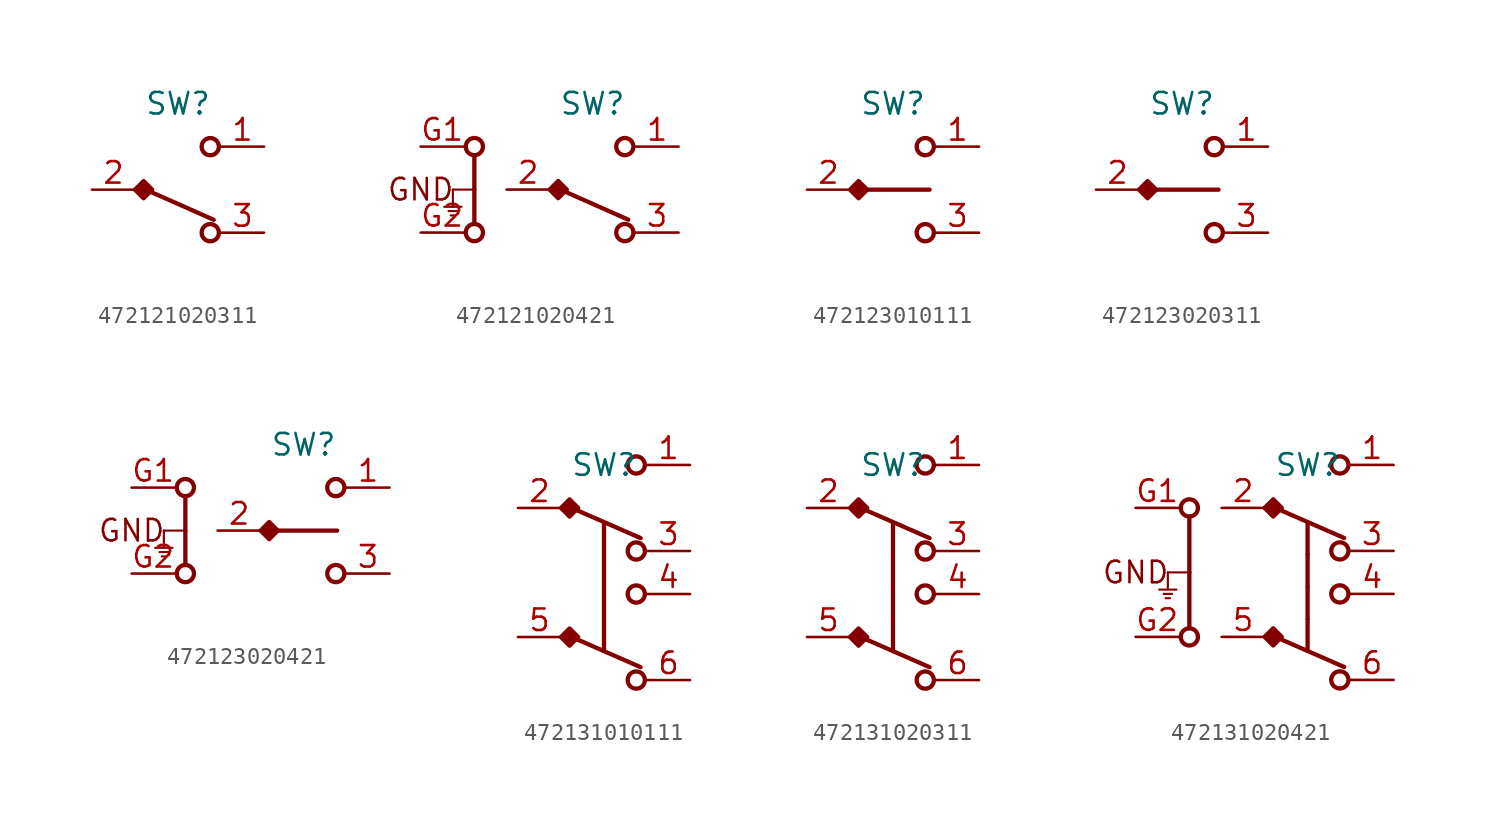
<source format=kicad_sym>
(kicad_symbol_lib
  (version 20220914)
  (generator kicad_symbol_editor)
  (symbol "472121020311"
    (pin_names hide)
    (property "Reference" "SW"
      (at 0 5.08 0)
      (effects (font (size 1.27 1.27))))
    (property "Critical Parameter" ""
      (at 0 -5.08 0)
      (effects (font (size 1.27 1.27))))
    (symbol "472121020311_0_0"
      (polyline (pts (xy -1.905 0) (xy 2.108 -1.778)) (stroke (width 0.254) (type default)) (fill (type none)))
      (polyline (pts (xy -2.032 -0.508) (xy -2.54 0) (xy -2.032 0.508) (xy -1.524 0) (xy -2.032 -0.508)) (stroke (width 0.254) (type default)) (fill (type outline)))
      (circle (center 1.905 -2.54) (radius 0.508) (stroke (width 0.254) (type default)) (fill (type none)))
      (circle (center 1.905 2.54) (radius 0.508) (stroke (width 0.254) (type default)) (fill (type none)))
      (pin passive line (at 5.08 2.54 180) (length 2.54) (name "1" (effects (font (size 1.27 1.27)))) (number "1" (effects (font (size 1.27 1.27)))))
      (pin passive line (at -5.08 0 0) (length 2.54) (name "2" (effects (font (size 1.27 1.27)))) (number "2" (effects (font (size 1.27 1.27)))))
      (pin passive line (at 5.08 -2.54 180) (length 2.54) (name "3" (effects (font (size 1.27 1.27)))) (number "3" (effects (font (size 1.27 1.27)))))))
  (symbol "472121020421"
    (pin_names hide)
    (property "Reference" "SW"
      (at 0 5.08 0)
      (effects (font (size 1.27 1.27))))
    (property "Critical Parameter" ""
      (at 0 -5.08 0)
      (effects (font (size 1.27 1.27))))
    (symbol "472121020421_0_0"
      (circle (center -6.985 -2.54) (radius 0.508) (stroke (width 0.254) (type default)) (fill (type none)))
      (circle (center -6.985 2.54) (radius 0.508) (stroke (width 0.254) (type default)) (fill (type none)))
      (polyline (pts (xy -8.763 -1.016) (xy -7.747 -1.016)) (stroke (width 0.127) (type default)) (fill (type none)))
      (polyline (pts (xy -8.509 -1.27) (xy -8.001 -1.27)) (stroke (width 0.127) (type default)) (fill (type none)))
      (polyline (pts (xy -8.382 -1.524) (xy -8.128 -1.524)) (stroke (width 0.127) (type default)) (fill (type none)))
      (polyline (pts (xy -8.255 0) (xy -8.255 -1.016)) (stroke (width 0.127) (type default)) (fill (type none)))
      (polyline (pts (xy -6.985 0) (xy -8.255 0)) (stroke (width 0.127) (type default)) (fill (type none)))
      (polyline (pts (xy -6.985 0) (xy -6.985 -2.032)) (stroke (width 0.254) (type default)) (fill (type none)))
      (polyline (pts (xy -6.985 2.032) (xy -6.985 0)) (stroke (width 0.254) (type default)) (fill (type none)))
      (polyline (pts (xy -1.905 0) (xy 2.108 -1.778)) (stroke (width 0.254) (type default)) (fill (type none)))
      (polyline (pts (xy -2.032 -0.508) (xy -2.54 0) (xy -2.032 0.508) (xy -1.524 0) (xy -2.032 -0.508)) (stroke (width 0.254) (type default)) (fill (type outline)))
      (circle (center 1.905 -2.54) (radius 0.508) (stroke (width 0.254) (type default)) (fill (type none)))
      (circle (center 1.905 2.54) (radius 0.508) (stroke (width 0.254) (type default)) (fill (type none)))
      (pin passive line (at 5.08 2.54 180) (length 2.54) (name "1" (effects (font (size 1.27 1.27)))) (number "1" (effects (font (size 1.27 1.27)))))
      (pin passive line (at -5.08 0 0) (length 2.54) (name "2" (effects (font (size 1.27 1.27)))) (number "2" (effects (font (size 1.27 1.27)))))
      (pin passive line (at 5.08 -2.54 180) (length 2.54) (name "3" (effects (font (size 1.27 1.27)))) (number "3" (effects (font (size 1.27 1.27)))))
      (pin passive line (at -10.16 2.54 0) (length 2.54) (name "G1" (effects (font (size 1.27 1.27)))) (number "G1" (effects (font (size 1.27 1.27)))))
      (pin passive line (at -10.16 -2.54 0) (length 2.54) (name "G2" (effects (font (size 1.27 1.27)))) (number "G2" (effects (font (size 1.27 1.27))))))
    (symbol "472121020421_1_0"
      (text "GND" (at -10.16 0 0) (effects (font (size 1.27 1.27))))))
  (symbol "472123010111"
    (pin_names hide)
    (property "Reference" "SW"
      (at 0 5.08 0)
      (effects (font (size 1.27 1.27))))
    (property "Critical Parameter" ""
      (at 0 -5.08 0)
      (effects (font (size 1.27 1.27))))
    (symbol "472123010111_0_0"
      (polyline (pts (xy -1.905 0) (xy 2.159 0)) (stroke (width 0.254) (type default)) (fill (type none)))
      (polyline (pts (xy -2.032 -0.508) (xy -2.54 0) (xy -2.032 0.508) (xy -1.524 0) (xy -2.032 -0.508)) (stroke (width 0.254) (type default)) (fill (type outline)))
      (circle (center 1.905 -2.54) (radius 0.508) (stroke (width 0.254) (type default)) (fill (type none)))
      (circle (center 1.905 2.54) (radius 0.508) (stroke (width 0.254) (type default)) (fill (type none)))
      (pin passive line (at 5.08 2.54 180) (length 2.54) (name "1" (effects (font (size 1.27 1.27)))) (number "1" (effects (font (size 1.27 1.27)))))
      (pin passive line (at -5.08 0 0) (length 2.54) (name "2" (effects (font (size 1.27 1.27)))) (number "2" (effects (font (size 1.27 1.27)))))
      (pin passive line (at 5.08 -2.54 180) (length 2.54) (name "3" (effects (font (size 1.27 1.27)))) (number "3" (effects (font (size 1.27 1.27)))))))
  (symbol "472123020311"
    (pin_names hide)
    (property "Reference" "SW"
      (at 0 5.08 0)
      (effects (font (size 1.27 1.27))))
    (property "Critical Parameter" ""
      (at 0 -5.08 0)
      (effects (font (size 1.27 1.27))))
    (symbol "472123020311_0_0"
      (polyline (pts (xy -1.905 0) (xy 2.159 0)) (stroke (width 0.254) (type default)) (fill (type none)))
      (polyline (pts (xy -2.032 -0.508) (xy -2.54 0) (xy -2.032 0.508) (xy -1.524 0) (xy -2.032 -0.508)) (stroke (width 0.254) (type default)) (fill (type outline)))
      (circle (center 1.905 -2.54) (radius 0.508) (stroke (width 0.254) (type default)) (fill (type none)))
      (circle (center 1.905 2.54) (radius 0.508) (stroke (width 0.254) (type default)) (fill (type none)))
      (pin passive line (at 5.08 2.54 180) (length 2.54) (name "1" (effects (font (size 1.27 1.27)))) (number "1" (effects (font (size 1.27 1.27)))))
      (pin passive line (at -5.08 0 0) (length 2.54) (name "2" (effects (font (size 1.27 1.27)))) (number "2" (effects (font (size 1.27 1.27)))))
      (pin passive line (at 5.08 -2.54 180) (length 2.54) (name "3" (effects (font (size 1.27 1.27)))) (number "3" (effects (font (size 1.27 1.27)))))))
  (symbol "472123020421"
    (pin_names hide)
    (property "Reference" "SW"
      (at 0 5.08 0)
      (effects (font (size 1.27 1.27))))
    (property "Critical Parameter" ""
      (at 0 -5.08 0)
      (effects (font (size 1.27 1.27))))
    (symbol "472123020421_0_0"
      (circle (center -6.985 -2.54) (radius 0.508) (stroke (width 0.254) (type default)) (fill (type none)))
      (circle (center -6.985 2.54) (radius 0.508) (stroke (width 0.254) (type default)) (fill (type none)))
      (polyline (pts (xy -8.763 -1.016) (xy -7.747 -1.016)) (stroke (width 0.127) (type default)) (fill (type none)))
      (polyline (pts (xy -8.509 -1.27) (xy -8.001 -1.27)) (stroke (width 0.127) (type default)) (fill (type none)))
      (polyline (pts (xy -8.382 -1.524) (xy -8.128 -1.524)) (stroke (width 0.127) (type default)) (fill (type none)))
      (polyline (pts (xy -8.255 0) (xy -8.255 -1.016)) (stroke (width 0.127) (type default)) (fill (type none)))
      (polyline (pts (xy -6.985 0) (xy -8.255 0)) (stroke (width 0.127) (type default)) (fill (type none)))
      (polyline (pts (xy -6.985 0) (xy -6.985 -2.032)) (stroke (width 0.254) (type default)) (fill (type none)))
      (polyline (pts (xy -6.985 2.032) (xy -6.985 0)) (stroke (width 0.254) (type default)) (fill (type none)))
      (polyline (pts (xy -1.905 0) (xy 1.981 0)) (stroke (width 0.254) (type default)) (fill (type none)))
      (polyline (pts (xy -2.032 -0.508) (xy -2.54 0) (xy -2.032 0.508) (xy -1.524 0) (xy -2.032 -0.508)) (stroke (width 0.254) (type default)) (fill (type outline)))
      (circle (center 1.905 -2.54) (radius 0.508) (stroke (width 0.254) (type default)) (fill (type none)))
      (circle (center 1.905 2.54) (radius 0.508) (stroke (width 0.254) (type default)) (fill (type none)))
      (pin passive line (at 5.08 2.54 180) (length 2.54) (name "1" (effects (font (size 1.27 1.27)))) (number "1" (effects (font (size 1.27 1.27)))))
      (pin passive line (at -5.08 0 0) (length 2.54) (name "2" (effects (font (size 1.27 1.27)))) (number "2" (effects (font (size 1.27 1.27)))))
      (pin passive line (at 5.08 -2.54 180) (length 2.54) (name "3" (effects (font (size 1.27 1.27)))) (number "3" (effects (font (size 1.27 1.27)))))
      (pin passive line (at -10.16 2.54 0) (length 2.54) (name "G1" (effects (font (size 1.27 1.27)))) (number "G1" (effects (font (size 1.27 1.27)))))
      (pin passive line (at -10.16 -2.54 0) (length 2.54) (name "G2" (effects (font (size 1.27 1.27)))) (number "G2" (effects (font (size 1.27 1.27))))))
    (symbol "472123020421_1_0"
      (text "GND" (at -10.16 0 0) (effects (font (size 1.27 1.27))))))
  (symbol "472131010111"
    (pin_names hide)
    (property "Reference" "SW"
      (at 0 5.08 0)
      (effects (font (size 1.27 1.27))))
    (property "Critical Parameter" ""
      (at 0 -5.08 0)
      (effects (font (size 1.27 1.27))))
    (symbol "472131010111_0_1"
      (polyline (pts (xy -1.905 -5.08) (xy 2.159 -6.858)) (stroke (width 0.254) (type default)) (fill (type none)))
      (polyline (pts (xy -1.905 2.54) (xy 2.159 0.762)) (stroke (width 0.254) (type default)) (fill (type none)))
      (polyline (pts (xy 0 -4.039) (xy 0 -5.842)) (stroke (width 0.254) (type default)) (fill (type none)))
      (polyline (pts (xy 0 -2.134) (xy 0 -4.005)) (stroke (width 0.254) (type default)) (fill (type none)))
      (polyline (pts (xy 0 -0.229) (xy 0 -2.1)) (stroke (width 0.254) (type default)) (fill (type none)))
      (polyline (pts (xy 0 1.676) (xy 0 -0.195)) (stroke (width 0.254) (type default)) (fill (type none)))
      (polyline (pts (xy -2.032 -5.588) (xy -2.54 -5.08) (xy -2.032 -4.572) (xy -1.524 -5.08) (xy -2.032 -5.588)) (stroke (width 0.254) (type default)) (fill (type outline)))
      (polyline (pts (xy -2.032 2.032) (xy -2.54 2.54) (xy -2.032 3.048) (xy -1.524 2.54) (xy -2.032 2.032)) (stroke (width 0.254) (type default)) (fill (type outline)))
      (circle (center 1.905 -7.62) (radius 0.508) (stroke (width 0.254) (type default)) (fill (type none)))
      (circle (center 1.905 -2.54) (radius 0.508) (stroke (width 0.254) (type default)) (fill (type none)))
      (circle (center 1.905 0) (radius 0.508) (stroke (width 0.254) (type default)) (fill (type none)))
      (circle (center 1.905 5.08) (radius 0.508) (stroke (width 0.254) (type default)) (fill (type none)))
      (pin passive line (at 5.08 5.08 180) (length 2.54) (name "1" (effects (font (size 1.27 1.27)))) (number "1" (effects (font (size 1.27 1.27)))))
      (pin passive line (at -5.08 2.54 0) (length 2.54) (name "2" (effects (font (size 1.27 1.27)))) (number "2" (effects (font (size 1.27 1.27)))))
      (pin passive line (at 5.08 0 180) (length 2.54) (name "3" (effects (font (size 1.27 1.27)))) (number "3" (effects (font (size 1.27 1.27)))))
      (pin passive line (at 5.08 -2.54 180) (length 2.54) (name "4" (effects (font (size 1.27 1.27)))) (number "4" (effects (font (size 1.27 1.27)))))
      (pin passive line (at -5.08 -5.08 0) (length 2.54) (name "5" (effects (font (size 1.27 1.27)))) (number "5" (effects (font (size 1.27 1.27)))))
      (pin passive line (at 5.08 -7.62 180) (length 2.54) (name "6" (effects (font (size 1.27 1.27)))) (number "6" (effects (font (size 1.27 1.27)))))))
  (symbol "472131020311"
    (pin_names hide)
    (property "Reference" "SW"
      (at 0 5.08 0)
      (effects (font (size 1.27 1.27))))
    (property "Critical Parameter" ""
      (at 0 -5.08 0)
      (effects (font (size 1.27 1.27))))
    (symbol "472131020311_0_1"
      (polyline (pts (xy -1.905 -5.08) (xy 2.159 -6.858)) (stroke (width 0.254) (type default)) (fill (type none)))
      (polyline (pts (xy -1.905 2.54) (xy 2.159 0.762)) (stroke (width 0.254) (type default)) (fill (type none)))
      (polyline (pts (xy 0 -4.039) (xy 0 -5.842)) (stroke (width 0.254) (type default)) (fill (type none)))
      (polyline (pts (xy 0 -2.134) (xy 0 -4.005)) (stroke (width 0.254) (type default)) (fill (type none)))
      (polyline (pts (xy 0 -0.229) (xy 0 -2.1)) (stroke (width 0.254) (type default)) (fill (type none)))
      (polyline (pts (xy 0 1.676) (xy 0 -0.195)) (stroke (width 0.254) (type default)) (fill (type none)))
      (polyline (pts (xy -2.032 -5.588) (xy -2.54 -5.08) (xy -2.032 -4.572) (xy -1.524 -5.08) (xy -2.032 -5.588)) (stroke (width 0.254) (type default)) (fill (type outline)))
      (polyline (pts (xy -2.032 2.032) (xy -2.54 2.54) (xy -2.032 3.048) (xy -1.524 2.54) (xy -2.032 2.032)) (stroke (width 0.254) (type default)) (fill (type outline)))
      (circle (center 1.905 -7.62) (radius 0.508) (stroke (width 0.254) (type default)) (fill (type none)))
      (circle (center 1.905 -2.54) (radius 0.508) (stroke (width 0.254) (type default)) (fill (type none)))
      (circle (center 1.905 0) (radius 0.508) (stroke (width 0.254) (type default)) (fill (type none)))
      (circle (center 1.905 5.08) (radius 0.508) (stroke (width 0.254) (type default)) (fill (type none)))
      (pin passive line (at 5.08 5.08 180) (length 2.54) (name "1" (effects (font (size 1.27 1.27)))) (number "1" (effects (font (size 1.27 1.27)))))
      (pin passive line (at -5.08 2.54 0) (length 2.54) (name "2" (effects (font (size 1.27 1.27)))) (number "2" (effects (font (size 1.27 1.27)))))
      (pin passive line (at 5.08 0 180) (length 2.54) (name "3" (effects (font (size 1.27 1.27)))) (number "3" (effects (font (size 1.27 1.27)))))
      (pin passive line (at 5.08 -2.54 180) (length 2.54) (name "4" (effects (font (size 1.27 1.27)))) (number "4" (effects (font (size 1.27 1.27)))))
      (pin passive line (at -5.08 -5.08 0) (length 2.54) (name "5" (effects (font (size 1.27 1.27)))) (number "5" (effects (font (size 1.27 1.27)))))
      (pin passive line (at 5.08 -7.62 180) (length 2.54) (name "6" (effects (font (size 1.27 1.27)))) (number "6" (effects (font (size 1.27 1.27)))))))
  (symbol "472131020421"
    (pin_names hide)
    (property "Reference" "SW"
      (at 0 5.08 0)
      (effects (font (size 1.27 1.27))))
    (property "Critical Parameter" ""
      (at 0 -5.08 0)
      (effects (font (size 1.27 1.27))))
    (symbol "472131020421_0_0"
      (circle (center -6.985 -5.08) (radius 0.508) (stroke (width 0.254) (type default)) (fill (type none)))
      (circle (center -6.985 2.54) (radius 0.508) (stroke (width 0.254) (type default)) (fill (type none)))
      (polyline (pts (xy -8.763 -2.286) (xy -7.747 -2.286)) (stroke (width 0.127) (type default)) (fill (type none)))
      (polyline (pts (xy -8.509 -2.54) (xy -8.001 -2.54)) (stroke (width 0.127) (type default)) (fill (type none)))
      (polyline (pts (xy -8.382 -2.794) (xy -8.128 -2.794)) (stroke (width 0.127) (type default)) (fill (type none)))
      (polyline (pts (xy -8.255 -1.27) (xy -8.255 -2.286)) (stroke (width 0.127) (type default)) (fill (type none)))
      (polyline (pts (xy -6.985 -1.27) (xy -8.255 -1.27)) (stroke (width 0.127) (type default)) (fill (type none)))
      (polyline (pts (xy -6.985 -1.27) (xy -6.985 -4.572)) (stroke (width 0.254) (type default)) (fill (type none)))
      (polyline (pts (xy -6.985 2.032) (xy -6.985 -1.27)) (stroke (width 0.254) (type default)) (fill (type none)))
      (polyline (pts (xy -1.905 -5.08) (xy 2.159 -6.858)) (stroke (width 0.254) (type default)) (fill (type none)))
      (polyline (pts (xy -1.905 2.54) (xy 2.159 0.762)) (stroke (width 0.254) (type default)) (fill (type none)))
      (polyline (pts (xy 0 -4.039) (xy 0 -5.842)) (stroke (width 0.254) (type default)) (fill (type none)))
      (polyline (pts (xy 0 -2.134) (xy 0 -4.005)) (stroke (width 0.254) (type default)) (fill (type none)))
      (polyline (pts (xy 0 -0.229) (xy 0 -2.1)) (stroke (width 0.254) (type default)) (fill (type none)))
      (polyline (pts (xy 0 1.676) (xy 0 -0.195)) (stroke (width 0.254) (type default)) (fill (type none)))
      (polyline (pts (xy -2.032 -5.588) (xy -2.54 -5.08) (xy -2.032 -4.572) (xy -1.524 -5.08) (xy -2.032 -5.588)) (stroke (width 0.254) (type default)) (fill (type outline)))
      (polyline (pts (xy -2.032 2.032) (xy -2.54 2.54) (xy -2.032 3.048) (xy -1.524 2.54) (xy -2.032 2.032)) (stroke (width 0.254) (type default)) (fill (type outline)))
      (circle (center 1.905 -7.62) (radius 0.508) (stroke (width 0.254) (type default)) (fill (type none)))
      (circle (center 1.905 -2.54) (radius 0.508) (stroke (width 0.254) (type default)) (fill (type none)))
      (circle (center 1.905 0) (radius 0.508) (stroke (width 0.254) (type default)) (fill (type none)))
      (circle (center 1.905 5.08) (radius 0.508) (stroke (width 0.254) (type default)) (fill (type none)))
      (pin passive line (at 5.08 5.08 180) (length 2.54) (name "1" (effects (font (size 1.27 1.27)))) (number "1" (effects (font (size 1.27 1.27)))))
      (pin passive line (at -5.08 2.54 0) (length 2.54) (name "2" (effects (font (size 1.27 1.27)))) (number "2" (effects (font (size 1.27 1.27)))))
      (pin passive line (at 5.08 0 180) (length 2.54) (name "3" (effects (font (size 1.27 1.27)))) (number "3" (effects (font (size 1.27 1.27)))))
      (pin passive line (at 5.08 -2.54 180) (length 2.54) (name "4" (effects (font (size 1.27 1.27)))) (number "4" (effects (font (size 1.27 1.27)))))
      (pin passive line (at -5.08 -5.08 0) (length 2.54) (name "5" (effects (font (size 1.27 1.27)))) (number "5" (effects (font (size 1.27 1.27)))))
      (pin passive line (at 5.08 -7.62 180) (length 2.54) (name "6" (effects (font (size 1.27 1.27)))) (number "6" (effects (font (size 1.27 1.27)))))
      (pin passive line (at -10.16 2.54 0) (length 2.54) (name "G1" (effects (font (size 1.27 1.27)))) (number "G1" (effects (font (size 1.27 1.27)))))
      (pin passive line (at -10.16 -5.08 0) (length 2.54) (name "G2" (effects (font (size 1.27 1.27)))) (number "G2" (effects (font (size 1.27 1.27))))))
    (symbol "472131020421_1_0"
      (text "GND" (at -10.16 -1.27 0) (effects (font (size 1.27 1.27)))))))
</source>
